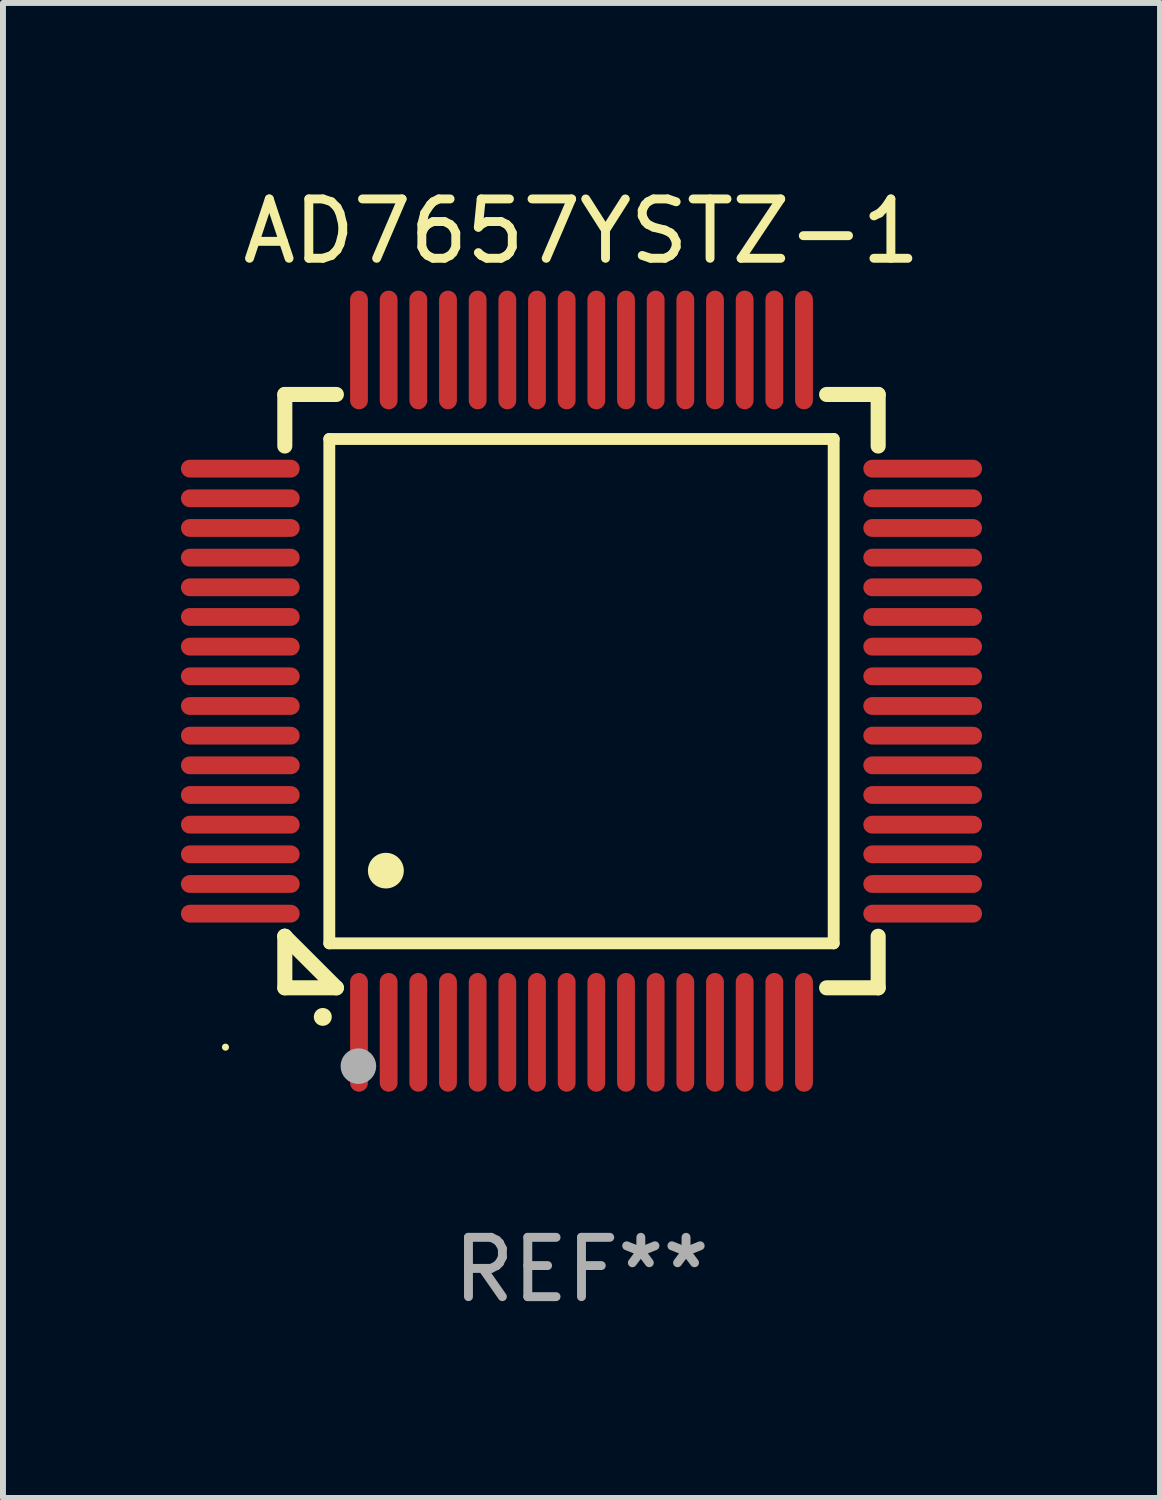
<source format=kicad_pcb>
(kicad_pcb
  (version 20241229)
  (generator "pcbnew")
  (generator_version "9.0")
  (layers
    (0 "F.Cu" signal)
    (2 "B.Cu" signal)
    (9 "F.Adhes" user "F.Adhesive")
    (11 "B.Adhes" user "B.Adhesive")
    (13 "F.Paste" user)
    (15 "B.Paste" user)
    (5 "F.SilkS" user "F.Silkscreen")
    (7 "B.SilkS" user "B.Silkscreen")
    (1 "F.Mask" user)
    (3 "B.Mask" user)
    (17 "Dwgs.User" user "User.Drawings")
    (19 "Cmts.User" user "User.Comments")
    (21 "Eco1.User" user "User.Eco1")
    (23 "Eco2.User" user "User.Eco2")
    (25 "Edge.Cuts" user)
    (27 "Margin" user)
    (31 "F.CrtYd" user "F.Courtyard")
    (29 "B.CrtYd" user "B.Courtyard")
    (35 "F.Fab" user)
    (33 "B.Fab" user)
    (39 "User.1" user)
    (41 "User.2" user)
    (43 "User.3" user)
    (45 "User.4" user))
  (footprint "AD7657YSTZ-1"
    (layer "F.Cu")
    (at 6.75 8.598)
    (property "Reference" "AD7657YSTZ-1" (at 0 -7.75 0) (layer "F.SilkS") (effects (font (size 1 1) (thickness 0.15))))
    (attr through_hole)
    (fp_line (start -5 -5) (end -4.131 -5) (stroke (width 0.254) (type solid)) (layer "F.SilkS"))
    (fp_line (start -5 -4.131) (end -5 -5) (stroke (width 0.254) (type solid)) (layer "F.SilkS"))
    (fp_line (start -5 4.131) (end -5 4.131) (stroke (width 0.254) (type solid)) (layer "F.SilkS"))
    (fp_line (start -5 5) (end -5 4.131) (stroke (width 0.254) (type solid)) (layer "F.SilkS"))
    (fp_line (start -5 4.131) (end -4.131 5) (stroke (width 0.254) (type solid)) (layer "F.SilkS"))
    (fp_line (start -4.25 -4.25) (end -4.25 4.25) (stroke (width 0.2) (type solid)) (layer "F.SilkS"))
    (fp_line (start -4.25 4.25) (end 4.25 4.25) (stroke (width 0.2) (type solid)) (layer "F.SilkS"))
    (fp_line (start -4.131 5) (end -5 5) (stroke (width 0.254) (type solid)) (layer "F.SilkS"))
    (fp_line (start 4.25 -4.25) (end -4.25 -4.25) (stroke (width 0.2) (type solid)) (layer "F.SilkS"))
    (fp_line (start 4.25 4.25) (end 4.25 -4.25) (stroke (width 0.2) (type solid)) (layer "F.SilkS"))
    (fp_line (start 5 -5) (end 4.131 -5) (stroke (width 0.254) (type solid)) (layer "F.SilkS"))
    (fp_line (start 5 -5) (end 5 -4.131) (stroke (width 0.254) (type solid)) (layer "F.SilkS"))
    (fp_line (start 5 4.131) (end 5 5) (stroke (width 0.254) (type solid)) (layer "F.SilkS"))
    (fp_line (start 5 5) (end 4.131 5) (stroke (width 0.254) (type solid)) (layer "F.SilkS"))
    (fp_arc (start -4.361265 5.489992) (mid -4.359995 5.489987) (end -4.358725 5.489992) (stroke (width 0.3) (type solid)) (layer "F.SilkS"))
    (fp_arc (start -3.299467 3.025146) (mid -3.296927 3.025135) (end -3.294387 3.025146) (stroke (width 0.6) (type solid)) (layer "F.SilkS"))
    (fp_circle (center -6 6) (end -5.97 6) (stroke (width 0.06) (type solid)) (fill no) (layer "F.SilkS"))
    (fp_circle (center -3.76 6.32) (end -3.61 6.32) (stroke (width 0.3) (type solid)) (fill no) (layer "F.Fab"))
    (fp_text user "REF**" (at 0 9.75 0) (layer "F.Fab") (effects (font (size 1 1) (thickness 0.15))))
    (pad "1" smd oval (at -3.75 5.75) (size 0.3 2) (layers "F.Cu" "F.Mask" "F.Paste"))
    (pad "2" smd oval (at -3.25 5.75) (size 0.3 2) (layers "F.Cu" "F.Mask" "F.Paste"))
    (pad "3" smd oval (at -2.75 5.75) (size 0.3 2) (layers "F.Cu" "F.Mask" "F.Paste"))
    (pad "4" smd oval (at -2.25 5.75) (size 0.3 2) (layers "F.Cu" "F.Mask" "F.Paste"))
    (pad "5" smd oval (at -1.75 5.75) (size 0.3 2) (layers "F.Cu" "F.Mask" "F.Paste"))
    (pad "6" smd oval (at -1.25 5.75) (size 0.3 2) (layers "F.Cu" "F.Mask" "F.Paste"))
    (pad "7" smd oval (at -0.75 5.75) (size 0.3 2) (layers "F.Cu" "F.Mask" "F.Paste"))
    (pad "8" smd oval (at -0.25 5.75) (size 0.3 2) (layers "F.Cu" "F.Mask" "F.Paste"))
    (pad "9" smd oval (at 0.25 5.75) (size 0.3 2) (layers "F.Cu" "F.Mask" "F.Paste"))
    (pad "10" smd oval (at 0.75 5.75) (size 0.3 2) (layers "F.Cu" "F.Mask" "F.Paste"))
    (pad "11" smd oval (at 1.25 5.75) (size 0.3 2) (layers "F.Cu" "F.Mask" "F.Paste"))
    (pad "12" smd oval (at 1.75 5.75) (size 0.3 2) (layers "F.Cu" "F.Mask" "F.Paste"))
    (pad "13" smd oval (at 2.25 5.75) (size 0.3 2) (layers "F.Cu" "F.Mask" "F.Paste"))
    (pad "14" smd oval (at 2.75 5.75) (size 0.3 2) (layers "F.Cu" "F.Mask" "F.Paste"))
    (pad "15" smd oval (at 3.25 5.75) (size 0.3 2) (layers "F.Cu" "F.Mask" "F.Paste"))
    (pad "16" smd oval (at 3.75 5.75) (size 0.3 2) (layers "F.Cu" "F.Mask" "F.Paste"))
    (pad "17" smd oval (at 5.75 3.75) (size 2 0.3) (layers "F.Cu" "F.Mask" "F.Paste"))
    (pad "18" smd oval (at 5.75 3.25) (size 2 0.3) (layers "F.Cu" "F.Mask" "F.Paste"))
    (pad "19" smd oval (at 5.75 2.75) (size 2 0.3) (layers "F.Cu" "F.Mask" "F.Paste"))
    (pad "20" smd oval (at 5.75 2.25) (size 2 0.3) (layers "F.Cu" "F.Mask" "F.Paste"))
    (pad "21" smd oval (at 5.75 1.75) (size 2 0.3) (layers "F.Cu" "F.Mask" "F.Paste"))
    (pad "22" smd oval (at 5.75 1.25) (size 2 0.3) (layers "F.Cu" "F.Mask" "F.Paste"))
    (pad "23" smd oval (at 5.75 0.75) (size 2 0.3) (layers "F.Cu" "F.Mask" "F.Paste"))
    (pad "24" smd oval (at 5.75 0.25) (size 2 0.3) (layers "F.Cu" "F.Mask" "F.Paste"))
    (pad "25" smd oval (at 5.75 -0.25) (size 2 0.3) (layers "F.Cu" "F.Mask" "F.Paste"))
    (pad "26" smd oval (at 5.75 -0.75) (size 2 0.3) (layers "F.Cu" "F.Mask" "F.Paste"))
    (pad "27" smd oval (at 5.75 -1.25) (size 2 0.3) (layers "F.Cu" "F.Mask" "F.Paste"))
    (pad "28" smd oval (at 5.75 -1.75) (size 2 0.3) (layers "F.Cu" "F.Mask" "F.Paste"))
    (pad "29" smd oval (at 5.75 -2.25) (size 2 0.3) (layers "F.Cu" "F.Mask" "F.Paste"))
    (pad "30" smd oval (at 5.75 -2.75) (size 2 0.3) (layers "F.Cu" "F.Mask" "F.Paste"))
    (pad "31" smd oval (at 5.75 -3.25) (size 2 0.3) (layers "F.Cu" "F.Mask" "F.Paste"))
    (pad "32" smd oval (at 5.75 -3.75) (size 2 0.3) (layers "F.Cu" "F.Mask" "F.Paste"))
    (pad "33" smd oval (at 3.75 -5.75) (size 0.3 2) (layers "F.Cu" "F.Mask" "F.Paste"))
    (pad "34" smd oval (at 3.25 -5.75) (size 0.3 2) (layers "F.Cu" "F.Mask" "F.Paste"))
    (pad "35" smd oval (at 2.75 -5.75) (size 0.3 2) (layers "F.Cu" "F.Mask" "F.Paste"))
    (pad "36" smd oval (at 2.25 -5.75) (size 0.3 2) (layers "F.Cu" "F.Mask" "F.Paste"))
    (pad "37" smd oval (at 1.75 -5.75) (size 0.3 2) (layers "F.Cu" "F.Mask" "F.Paste"))
    (pad "38" smd oval (at 1.25 -5.75) (size 0.3 2) (layers "F.Cu" "F.Mask" "F.Paste"))
    (pad "39" smd oval (at 0.75 -5.75) (size 0.3 2) (layers "F.Cu" "F.Mask" "F.Paste"))
    (pad "40" smd oval (at 0.25 -5.75) (size 0.3 2) (layers "F.Cu" "F.Mask" "F.Paste"))
    (pad "41" smd oval (at -0.25 -5.75) (size 0.3 2) (layers "F.Cu" "F.Mask" "F.Paste"))
    (pad "42" smd oval (at -0.75 -5.75) (size 0.3 2) (layers "F.Cu" "F.Mask" "F.Paste"))
    (pad "43" smd oval (at -1.25 -5.75) (size 0.3 2) (layers "F.Cu" "F.Mask" "F.Paste"))
    (pad "44" smd oval (at -1.75 -5.75) (size 0.3 2) (layers "F.Cu" "F.Mask" "F.Paste"))
    (pad "45" smd oval (at -2.25 -5.75) (size 0.3 2) (layers "F.Cu" "F.Mask" "F.Paste"))
    (pad "46" smd oval (at -2.75 -5.75) (size 0.3 2) (layers "F.Cu" "F.Mask" "F.Paste"))
    (pad "47" smd oval (at -3.25 -5.75) (size 0.3 2) (layers "F.Cu" "F.Mask" "F.Paste"))
    (pad "48" smd oval (at -3.75 -5.75) (size 0.3 2) (layers "F.Cu" "F.Mask" "F.Paste"))
    (pad "49" smd oval (at -5.75 -3.75) (size 2 0.3) (layers "F.Cu" "F.Mask" "F.Paste"))
    (pad "50" smd oval (at -5.75 -3.25) (size 2 0.3) (layers "F.Cu" "F.Mask" "F.Paste"))
    (pad "51" smd oval (at -5.75 -2.75) (size 2 0.3) (layers "F.Cu" "F.Mask" "F.Paste"))
    (pad "52" smd oval (at -5.75 -2.25) (size 2 0.3) (layers "F.Cu" "F.Mask" "F.Paste"))
    (pad "53" smd oval (at -5.75 -1.75) (size 2 0.3) (layers "F.Cu" "F.Mask" "F.Paste"))
    (pad "54" smd oval (at -5.75 -1.25) (size 2 0.3) (layers "F.Cu" "F.Mask" "F.Paste"))
    (pad "55" smd oval (at -5.75 -0.75) (size 2 0.3) (layers "F.Cu" "F.Mask" "F.Paste"))
    (pad "56" smd oval (at -5.75 -0.25) (size 2 0.3) (layers "F.Cu" "F.Mask" "F.Paste"))
    (pad "57" smd oval (at -5.75 0.25) (size 2 0.3) (layers "F.Cu" "F.Mask" "F.Paste"))
    (pad "58" smd oval (at -5.75 0.75) (size 2 0.3) (layers "F.Cu" "F.Mask" "F.Paste"))
    (pad "59" smd oval (at -5.75 1.25) (size 2 0.3) (layers "F.Cu" "F.Mask" "F.Paste"))
    (pad "60" smd oval (at -5.75 1.75) (size 2 0.3) (layers "F.Cu" "F.Mask" "F.Paste"))
    (pad "61" smd oval (at -5.75 2.25) (size 2 0.3) (layers "F.Cu" "F.Mask" "F.Paste"))
    (pad "62" smd oval (at -5.75 2.75) (size 2 0.3) (layers "F.Cu" "F.Mask" "F.Paste"))
    (pad "63" smd oval (at -5.75 3.25) (size 2 0.3) (layers "F.Cu" "F.Mask" "F.Paste"))
    (pad "64" smd oval (at -5.75 3.75) (size 2 0.3) (layers "F.Cu" "F.Mask" "F.Paste")))
  (gr_rect
    (start -3 -3)
    (end 16.5 22.196)
    (stroke (width 0.1) (type default))
    (fill no)
    (layer "Edge.Cuts")))
</source>
